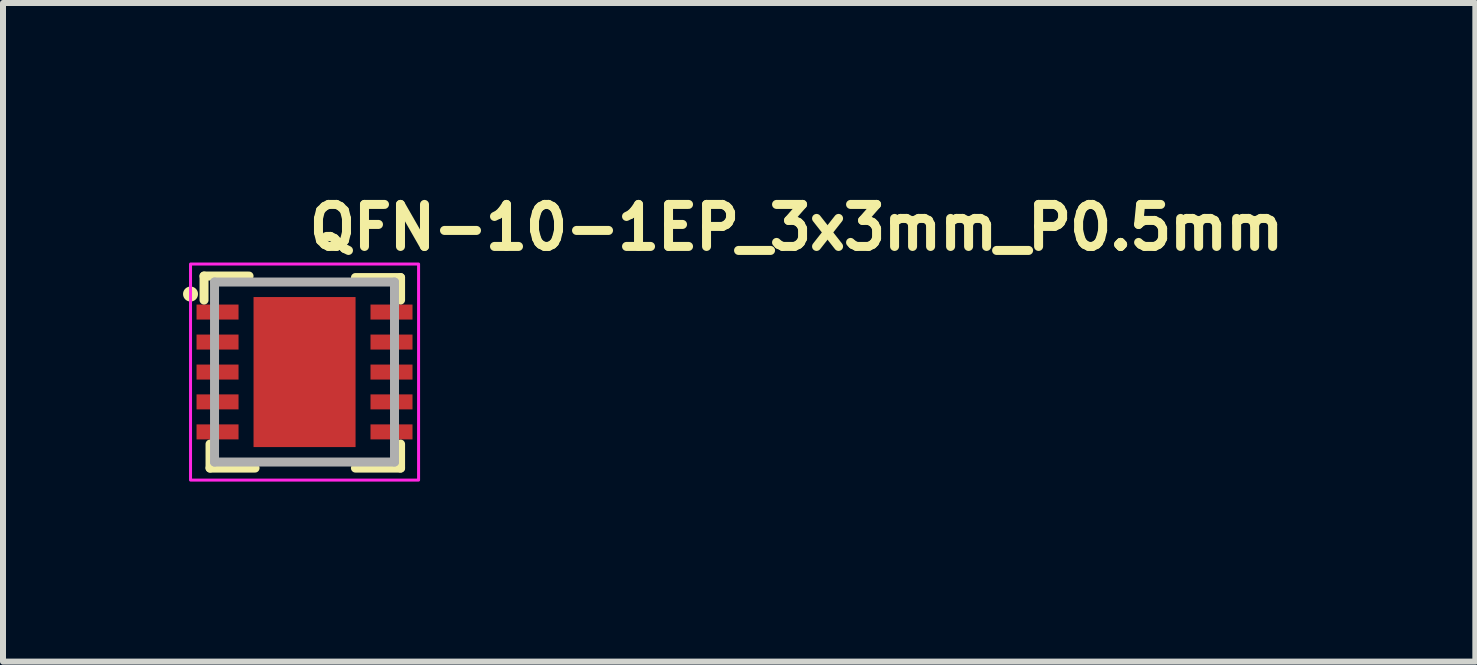
<source format=kicad_pcb>
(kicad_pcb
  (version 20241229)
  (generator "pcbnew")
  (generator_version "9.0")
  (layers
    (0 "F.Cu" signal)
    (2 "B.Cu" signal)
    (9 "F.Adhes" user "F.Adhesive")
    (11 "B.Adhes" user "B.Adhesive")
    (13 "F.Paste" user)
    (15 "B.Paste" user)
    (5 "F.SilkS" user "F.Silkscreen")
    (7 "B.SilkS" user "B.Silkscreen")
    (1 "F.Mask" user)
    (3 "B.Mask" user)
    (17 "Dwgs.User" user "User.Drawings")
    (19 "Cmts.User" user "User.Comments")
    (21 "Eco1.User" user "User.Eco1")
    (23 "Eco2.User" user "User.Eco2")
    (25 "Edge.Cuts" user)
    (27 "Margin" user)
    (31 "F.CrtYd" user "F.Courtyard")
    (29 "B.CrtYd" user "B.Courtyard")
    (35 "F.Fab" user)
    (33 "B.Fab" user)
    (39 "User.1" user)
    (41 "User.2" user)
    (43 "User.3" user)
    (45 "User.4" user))
  (footprint "QFN-10-1EP_3x3mm_P0.5mm"
    (layer "F.Cu")
    (at 2.025 3.15)
    (property "Reference" "QFN-10-1EP_3x3mm_P0.5mm" (at 0 -2 0) (layer "F.SilkS") (effects (font (size 0.7 0.7) (thickness 0.15)) (justify left bottom)))
    (attr smd)
    (fp_line (start -1.675 -1.6) (end -0.925 -1.6) (stroke (width 0.15) (type solid)) (layer "F.SilkS"))
    (fp_line (start -1.675 -1.2) (end -1.675 -1.6) (stroke (width 0.15) (type solid)) (layer "F.SilkS"))
    (fp_line (start -1.575 1.6) (end -1.575 1.2) (stroke (width 0.15) (type solid)) (layer "F.SilkS"))
    (fp_line (start -0.825 1.6) (end -1.575 1.6) (stroke (width 0.15) (type solid)) (layer "F.SilkS"))
    (fp_line (start 0.848 -1.575) (end 1.6 -1.575) (stroke (width 0.15) (type solid)) (layer "F.SilkS"))
    (fp_line (start 1.6 -1.575) (end 1.6 -1.2) (stroke (width 0.15) (type solid)) (layer "F.SilkS"))
    (fp_line (start 1.6 1.2) (end 1.6 1.6) (stroke (width 0.15) (type solid)) (layer "F.SilkS"))
    (fp_line (start 1.6 1.6) (end 0.848 1.6) (stroke (width 0.15) (type solid)) (layer "F.SilkS"))
    (fp_circle (center -1.9 -1.3) (end -1.85 -1.3) (stroke (width 0.15) (type solid)) (fill yes) (layer "F.SilkS"))
    (fp_rect (start -1.9 -1.8) (end 1.9 1.8) (stroke (width 0.05) (type solid)) (fill no) (layer "F.CrtYd"))
    (fp_line (start -1.5 -1.5) (end 1.499 -1.5) (stroke (width 0.15) (type solid)) (layer "F.Fab"))
    (fp_line (start -1.5 1.499) (end -1.5 -1.5) (stroke (width 0.15) (type solid)) (layer "F.Fab"))
    (fp_line (start 1.499 -1.5) (end 1.499 1.499) (stroke (width 0.15) (type solid)) (layer "F.Fab"))
    (fp_line (start 1.499 1.499) (end -1.5 1.499) (stroke (width 0.15) (type solid)) (layer "F.Fab"))
    (fp_rect (start -1.549 -1.549) (end 1.548 1.548) (stroke (width 0.1) (type solid)) (fill no) (layer "User.5"))
    (fp_line (start -1.549 -1.549) (end -1.549 1.548) (stroke (width 0.02) (type solid)) (layer "User.9"))
    (fp_line (start -1.549 1.548) (end 1.548 1.548) (stroke (width 0.02) (type solid)) (layer "User.9"))
    (fp_line (start -1.319 -1.008) (end -1.319 -1.004) (stroke (width 0.02) (type solid)) (layer "User.9"))
    (fp_line (start -1.319 -1.004) (end -1.319 -1) (stroke (width 0.02) (type solid)) (layer "User.9"))
    (fp_line (start -1.319 -1) (end -1.319 -1) (stroke (width 0.02) (type solid)) (layer "User.9"))
    (fp_line (start -1.319 -1) (end -1.319 -0.997) (stroke (width 0.02) (type solid)) (layer "User.9"))
    (fp_line (start -1.319 -0.997) (end -1.319 -0.993) (stroke (width 0.02) (type solid)) (layer "User.9"))
    (fp_line (start -1.319 -0.993) (end -1.317 -0.989) (stroke (width 0.02) (type solid)) (layer "User.9"))
    (fp_line (start -1.317 -1.02) (end -1.317 -1.016) (stroke (width 0.02) (type solid)) (layer "User.9"))
    (fp_line (start -1.317 -1.016) (end -1.317 -1.012) (stroke (width 0.02) (type solid)) (layer "User.9"))
    (fp_line (start -1.317 -1.012) (end -1.319 -1.008) (stroke (width 0.02) (type solid)) (layer "User.9"))
    (fp_line (start -1.317 -0.989) (end -1.317 -0.985) (stroke (width 0.02) (type solid)) (layer "User.9"))
    (fp_line (start -1.317 -0.985) (end -1.317 -0.981) (stroke (width 0.02) (type solid)) (layer "User.9"))
    (fp_line (start -1.317 -0.981) (end -1.315 -0.977) (stroke (width 0.02) (type solid)) (layer "User.9"))
    (fp_line (start -1.315 -1.024) (end -1.317 -1.02) (stroke (width 0.02) (type solid)) (layer "User.9"))
    (fp_line (start -1.315 -0.977) (end -1.313 -0.974) (stroke (width 0.02) (type solid)) (layer "User.9"))
    (fp_line (start -1.313 -1.031) (end -1.313 -1.027) (stroke (width 0.02) (type solid)) (layer "User.9"))
    (fp_line (start -1.313 -1.027) (end -1.315 -1.024) (stroke (width 0.02) (type solid)) (layer "User.9"))
    (fp_line (start -1.313 -0.974) (end -1.313 -0.97) (stroke (width 0.02) (type solid)) (layer "User.9"))
    (fp_line (start -1.313 -0.97) (end -1.311 -0.967) (stroke (width 0.02) (type solid)) (layer "User.9"))
    (fp_line (start -1.311 -1.035) (end -1.313 -1.031) (stroke (width 0.02) (type solid)) (layer "User.9"))
    (fp_line (start -1.311 -0.967) (end -1.309 -0.964) (stroke (width 0.02) (type solid)) (layer "User.9"))
    (fp_line (start -1.309 -1.037) (end -1.311 -1.035) (stroke (width 0.02) (type solid)) (layer "User.9"))
    (fp_line (start -1.309 -0.964) (end -1.307 -0.96) (stroke (width 0.02) (type solid)) (layer "User.9"))
    (fp_line (start -1.307 -1.041) (end -1.309 -1.037) (stroke (width 0.02) (type solid)) (layer "User.9"))
    (fp_line (start -1.307 -0.96) (end -1.305 -0.958) (stroke (width 0.02) (type solid)) (layer "User.9"))
    (fp_line (start -1.305 -1.045) (end -1.307 -1.041) (stroke (width 0.02) (type solid)) (layer "User.9"))
    (fp_line (start -1.305 -0.958) (end -1.303 -0.955) (stroke (width 0.02) (type solid)) (layer "User.9"))
    (fp_line (start -1.303 -1.047) (end -1.305 -1.045) (stroke (width 0.02) (type solid)) (layer "User.9"))
    (fp_line (start -1.303 -0.955) (end -1.301 -0.952) (stroke (width 0.02) (type solid)) (layer "User.9"))
    (fp_line (start -1.301 -1.051) (end -1.303 -1.047) (stroke (width 0.02) (type solid)) (layer "User.9"))
    (fp_line (start -1.301 -0.952) (end -1.299 -0.949) (stroke (width 0.02) (type solid)) (layer "User.9"))
    (fp_line (start -1.299 -1.053) (end -1.301 -1.051) (stroke (width 0.02) (type solid)) (layer "User.9"))
    (fp_line (start -1.299 -0.949) (end -1.295 -0.947) (stroke (width 0.02) (type solid)) (layer "User.9"))
    (fp_line (start -1.295 -1.055) (end -1.299 -1.053) (stroke (width 0.02) (type solid)) (layer "User.9"))
    (fp_line (start -1.295 -0.947) (end -1.293 -0.944) (stroke (width 0.02) (type solid)) (layer "User.9"))
    (fp_line (start -1.293 -1.059) (end -1.295 -1.055) (stroke (width 0.02) (type solid)) (layer "User.9"))
    (fp_line (start -1.293 -0.944) (end -1.291 -0.942) (stroke (width 0.02) (type solid)) (layer "User.9"))
    (fp_line (start -1.291 -1.061) (end -1.293 -1.059) (stroke (width 0.02) (type solid)) (layer "User.9"))
    (fp_line (start -1.291 -0.942) (end -1.287 -0.939) (stroke (width 0.02) (type solid)) (layer "User.9"))
    (fp_line (start -1.287 -1.063) (end -1.291 -1.061) (stroke (width 0.02) (type solid)) (layer "User.9"))
    (fp_line (start -1.287 -0.939) (end -1.285 -0.937) (stroke (width 0.02) (type solid)) (layer "User.9"))
    (fp_line (start -1.285 -1.065) (end -1.287 -1.063) (stroke (width 0.02) (type solid)) (layer "User.9"))
    (fp_line (start -1.285 -0.937) (end -1.281 -0.935) (stroke (width 0.02) (type solid)) (layer "User.9"))
    (fp_line (start -1.281 -1.067) (end -1.285 -1.065) (stroke (width 0.02) (type solid)) (layer "User.9"))
    (fp_line (start -1.281 -0.935) (end -1.278 -0.933) (stroke (width 0.02) (type solid)) (layer "User.9"))
    (fp_line (start -1.278 -1.069) (end -1.281 -1.067) (stroke (width 0.02) (type solid)) (layer "User.9"))
    (fp_line (start -1.278 -0.933) (end -1.274 -0.932) (stroke (width 0.02) (type solid)) (layer "User.9"))
    (fp_line (start -1.274 -1.071) (end -1.278 -1.069) (stroke (width 0.02) (type solid)) (layer "User.9"))
    (fp_line (start -1.274 -0.932) (end -1.272 -0.93) (stroke (width 0.02) (type solid)) (layer "User.9"))
    (fp_line (start -1.272 -1.073) (end -1.274 -1.071) (stroke (width 0.02) (type solid)) (layer "User.9"))
    (fp_line (start -1.272 -0.93) (end -1.268 -0.929) (stroke (width 0.02) (type solid)) (layer "User.9"))
    (fp_line (start -1.268 -1.073) (end -1.272 -1.073) (stroke (width 0.02) (type solid)) (layer "User.9"))
    (fp_line (start -1.268 -0.929) (end -1.264 -0.928) (stroke (width 0.02) (type solid)) (layer "User.9"))
    (fp_line (start -1.264 -1.075) (end -1.268 -1.073) (stroke (width 0.02) (type solid)) (layer "User.9"))
    (fp_line (start -1.264 -0.928) (end -1.26 -0.926) (stroke (width 0.02) (type solid)) (layer "User.9"))
    (fp_line (start -1.26 -1.077) (end -1.264 -1.075) (stroke (width 0.02) (type solid)) (layer "User.9"))
    (fp_line (start -1.26 -0.926) (end -1.256 -0.926) (stroke (width 0.02) (type solid)) (layer "User.9"))
    (fp_line (start -1.256 -1.077) (end -1.26 -1.077) (stroke (width 0.02) (type solid)) (layer "User.9"))
    (fp_line (start -1.256 -0.926) (end -1.252 -0.925) (stroke (width 0.02) (type solid)) (layer "User.9"))
    (fp_line (start -1.252 -1.077) (end -1.256 -1.077) (stroke (width 0.02) (type solid)) (layer "User.9"))
    (fp_line (start -1.252 -0.925) (end -1.248 -0.924) (stroke (width 0.02) (type solid)) (layer "User.9"))
    (fp_line (start -1.248 -1.079) (end -1.252 -1.077) (stroke (width 0.02) (type solid)) (layer "User.9"))
    (fp_line (start -1.248 -0.924) (end -1.244 -0.924) (stroke (width 0.02) (type solid)) (layer "User.9"))
    (fp_line (start -1.244 -1.079) (end -1.248 -1.079) (stroke (width 0.02) (type solid)) (layer "User.9"))
    (fp_line (start -1.244 -0.924) (end -1.24 -0.924) (stroke (width 0.02) (type solid)) (layer "User.9"))
    (fp_line (start -1.24 -1.079) (end -1.244 -1.079) (stroke (width 0.02) (type solid)) (layer "User.9"))
    (fp_line (start -1.24 -1.079) (end -1.24 -1.079) (stroke (width 0.02) (type solid)) (layer "User.9"))
    (fp_line (start -1.24 -0.924) (end -1.24 -0.924) (stroke (width 0.02) (type solid)) (layer "User.9"))
    (fp_line (start -1.24 -0.924) (end -1.238 -0.924) (stroke (width 0.02) (type solid)) (layer "User.9"))
    (fp_line (start -1.238 -1.079) (end -1.24 -1.079) (stroke (width 0.02) (type solid)) (layer "User.9"))
    (fp_line (start -1.238 -0.924) (end -1.234 -0.924) (stroke (width 0.02) (type solid)) (layer "User.9"))
    (fp_line (start -1.234 -1.079) (end -1.238 -1.079) (stroke (width 0.02) (type solid)) (layer "User.9"))
    (fp_line (start -1.234 -0.924) (end -1.23 -0.925) (stroke (width 0.02) (type solid)) (layer "User.9"))
    (fp_line (start -1.23 -1.077) (end -1.234 -1.079) (stroke (width 0.02) (type solid)) (layer "User.9"))
    (fp_line (start -1.23 -0.925) (end -1.226 -0.926) (stroke (width 0.02) (type solid)) (layer "User.9"))
    (fp_line (start -1.226 -1.077) (end -1.23 -1.077) (stroke (width 0.02) (type solid)) (layer "User.9"))
    (fp_line (start -1.226 -0.926) (end -1.222 -0.926) (stroke (width 0.02) (type solid)) (layer "User.9"))
    (fp_line (start -1.222 -1.077) (end -1.226 -1.077) (stroke (width 0.02) (type solid)) (layer "User.9"))
    (fp_line (start -1.222 -0.926) (end -1.218 -0.928) (stroke (width 0.02) (type solid)) (layer "User.9"))
    (fp_line (start -1.218 -1.075) (end -1.222 -1.077) (stroke (width 0.02) (type solid)) (layer "User.9"))
    (fp_line (start -1.218 -0.928) (end -1.214 -0.929) (stroke (width 0.02) (type solid)) (layer "User.9"))
    (fp_line (start -1.214 -1.073) (end -1.218 -1.075) (stroke (width 0.02) (type solid)) (layer "User.9"))
    (fp_line (start -1.214 -0.929) (end -1.21 -0.93) (stroke (width 0.02) (type solid)) (layer "User.9"))
    (fp_line (start -1.21 -1.073) (end -1.214 -1.073) (stroke (width 0.02) (type solid)) (layer "User.9"))
    (fp_line (start -1.21 -0.93) (end -1.208 -0.932) (stroke (width 0.02) (type solid)) (layer "User.9"))
    (fp_line (start -1.208 -1.071) (end -1.21 -1.073) (stroke (width 0.02) (type solid)) (layer "User.9"))
    (fp_line (start -1.208 -0.932) (end -1.204 -0.933) (stroke (width 0.02) (type solid)) (layer "User.9"))
    (fp_line (start -1.204 -1.069) (end -1.208 -1.071) (stroke (width 0.02) (type solid)) (layer "User.9"))
    (fp_line (start -1.204 -0.933) (end -1.2 -0.935) (stroke (width 0.02) (type solid)) (layer "User.9"))
    (fp_line (start -1.2 -1.067) (end -1.204 -1.069) (stroke (width 0.02) (type solid)) (layer "User.9"))
    (fp_line (start -1.2 -0.935) (end -1.198 -0.937) (stroke (width 0.02) (type solid)) (layer "User.9"))
    (fp_line (start -1.198 -1.065) (end -1.2 -1.067) (stroke (width 0.02) (type solid)) (layer "User.9"))
    (fp_line (start -1.198 -0.937) (end -1.194 -0.939) (stroke (width 0.02) (type solid)) (layer "User.9"))
    (fp_line (start -1.194 -1.063) (end -1.198 -1.065) (stroke (width 0.02) (type solid)) (layer "User.9"))
    (fp_line (start -1.194 -0.939) (end -1.192 -0.942) (stroke (width 0.02) (type solid)) (layer "User.9"))
    (fp_line (start -1.192 -1.061) (end -1.194 -1.063) (stroke (width 0.02) (type solid)) (layer "User.9"))
    (fp_line (start -1.192 -0.942) (end -1.188 -0.944) (stroke (width 0.02) (type solid)) (layer "User.9"))
    (fp_line (start -1.188 -1.059) (end -1.192 -1.061) (stroke (width 0.02) (type solid)) (layer "User.9"))
    (fp_line (start -1.188 -0.944) (end -1.186 -0.947) (stroke (width 0.02) (type solid)) (layer "User.9"))
    (fp_line (start -1.186 -1.055) (end -1.188 -1.059) (stroke (width 0.02) (type solid)) (layer "User.9"))
    (fp_line (start -1.186 -0.947) (end -1.184 -0.949) (stroke (width 0.02) (type solid)) (layer "User.9"))
    (fp_line (start -1.184 -1.053) (end -1.186 -1.055) (stroke (width 0.02) (type solid)) (layer "User.9"))
    (fp_line (start -1.184 -0.949) (end -1.182 -0.952) (stroke (width 0.02) (type solid)) (layer "User.9"))
    (fp_line (start -1.182 -1.051) (end -1.184 -1.053) (stroke (width 0.02) (type solid)) (layer "User.9"))
    (fp_line (start -1.182 -0.952) (end -1.178 -0.955) (stroke (width 0.02) (type solid)) (layer "User.9"))
    (fp_line (start -1.178 -1.047) (end -1.182 -1.051) (stroke (width 0.02) (type solid)) (layer "User.9"))
    (fp_line (start -1.178 -0.955) (end -1.176 -0.958) (stroke (width 0.02) (type solid)) (layer "User.9"))
    (fp_line (start -1.176 -1.045) (end -1.178 -1.047) (stroke (width 0.02) (type solid)) (layer "User.9"))
    (fp_line (start -1.176 -0.958) (end -1.174 -0.96) (stroke (width 0.02) (type solid)) (layer "User.9"))
    (fp_line (start -1.174 -1.041) (end -1.176 -1.045) (stroke (width 0.02) (type solid)) (layer "User.9"))
    (fp_line (start -1.174 -0.96) (end -1.172 -0.964) (stroke (width 0.02) (type solid)) (layer "User.9"))
    (fp_line (start -1.172 -1.037) (end -1.174 -1.041) (stroke (width 0.02) (type solid)) (layer "User.9"))
    (fp_line (start -1.172 -1.035) (end -1.172 -1.037) (stroke (width 0.02) (type solid)) (layer "User.9"))
    (fp_line (start -1.172 -0.967) (end -1.17 -0.97) (stroke (width 0.02) (type solid)) (layer "User.9"))
    (fp_line (start -1.172 -0.964) (end -1.172 -0.967) (stroke (width 0.02) (type solid)) (layer "User.9"))
    (fp_line (start -1.17 -1.031) (end -1.172 -1.035) (stroke (width 0.02) (type solid)) (layer "User.9"))
    (fp_line (start -1.17 -0.97) (end -1.168 -0.974) (stroke (width 0.02) (type solid)) (layer "User.9"))
    (fp_line (start -1.168 -1.027) (end -1.17 -1.031) (stroke (width 0.02) (type solid)) (layer "User.9"))
    (fp_line (start -1.168 -1.024) (end -1.168 -1.027) (stroke (width 0.02) (type solid)) (layer "User.9"))
    (fp_line (start -1.168 -0.977) (end -1.166 -0.981) (stroke (width 0.02) (type solid)) (layer "User.9"))
    (fp_line (start -1.168 -0.974) (end -1.168 -0.977) (stroke (width 0.02) (type solid)) (layer "User.9"))
    (fp_line (start -1.166 -1.02) (end -1.168 -1.024) (stroke (width 0.02) (type solid)) (layer "User.9"))
    (fp_line (start -1.166 -1.016) (end -1.166 -1.02) (stroke (width 0.02) (type solid)) (layer "User.9"))
    (fp_line (start -1.166 -0.985) (end -1.164 -0.989) (stroke (width 0.02) (type solid)) (layer "User.9"))
    (fp_line (start -1.166 -0.981) (end -1.166 -0.985) (stroke (width 0.02) (type solid)) (layer "User.9"))
    (fp_line (start -1.164 -1.012) (end -1.166 -1.016) (stroke (width 0.02) (type solid)) (layer "User.9"))
    (fp_line (start -1.164 -1.008) (end -1.164 -1.012) (stroke (width 0.02) (type solid)) (layer "User.9"))
    (fp_line (start -1.164 -1.004) (end -1.164 -1.008) (stroke (width 0.02) (type solid)) (layer "User.9"))
    (fp_line (start -1.164 -1) (end -1.164 -1.004) (stroke (width 0.02) (type solid)) (layer "User.9"))
    (fp_line (start -1.164 -1) (end -1.164 -1) (stroke (width 0.02) (type solid)) (layer "User.9"))
    (fp_line (start -1.164 -1) (end -1.164 -1) (stroke (width 0.02) (type solid)) (layer "User.9"))
    (fp_line (start -1.164 -0.997) (end -1.164 -1) (stroke (width 0.02) (type solid)) (layer "User.9"))
    (fp_line (start -1.164 -0.993) (end -1.164 -0.997) (stroke (width 0.02) (type solid)) (layer "User.9"))
    (fp_line (start -1.164 -0.989) (end -1.164 -0.993) (stroke (width 0.02) (type solid)) (layer "User.9"))
    (fp_line (start 1.548 -1.549) (end -1.549 -1.549) (stroke (width 0.02) (type solid)) (layer "User.9"))
    (fp_line (start 1.548 1.548) (end 1.548 -1.549) (stroke (width 0.02) (type solid)) (layer "User.9"))
    (pad "1" smd rect (at -1.45 -1) (size 0.7 0.25) (layers "F.Cu" "F.Mask" "F.Paste"))
    (pad "2" smd rect (at -1.45 -0.5) (size 0.7 0.25) (layers "F.Cu" "F.Mask" "F.Paste"))
    (pad "3" smd rect (at -1.45 0) (size 0.7 0.25) (layers "F.Cu" "F.Mask" "F.Paste"))
    (pad "4" smd rect (at -1.45 0.497) (size 0.7 0.25) (layers "F.Cu" "F.Mask" "F.Paste"))
    (pad "5" smd rect (at -1.45 0.997) (size 0.7 0.25) (layers "F.Cu" "F.Mask" "F.Paste"))
    (pad "6" smd rect (at 1.449 0.997) (size 0.7 0.25) (layers "F.Cu" "F.Mask" "F.Paste"))
    (pad "7" smd rect (at 1.449 0.497) (size 0.7 0.25) (layers "F.Cu" "F.Mask" "F.Paste"))
    (pad "8" smd rect (at 1.449 0) (size 0.7 0.25) (layers "F.Cu" "F.Mask" "F.Paste"))
    (pad "9" smd rect (at 1.449 -0.5) (size 0.7 0.25) (layers "F.Cu" "F.Mask" "F.Paste"))
    (pad "10" smd rect (at 1.449 -1) (size 0.7 0.25) (layers "F.Cu" "F.Mask" "F.Paste"))
    (pad "11" smd rect (at 0 0) (size 1.7 2.5) (layers "F.Cu" "F.Mask" "F.Paste")))
  (gr_rect
    (start -3 -3)
    (end 21.535 7.975)
    (stroke (width 0.1) (type default))
    (fill no)
    (layer "Edge.Cuts")))
</source>
